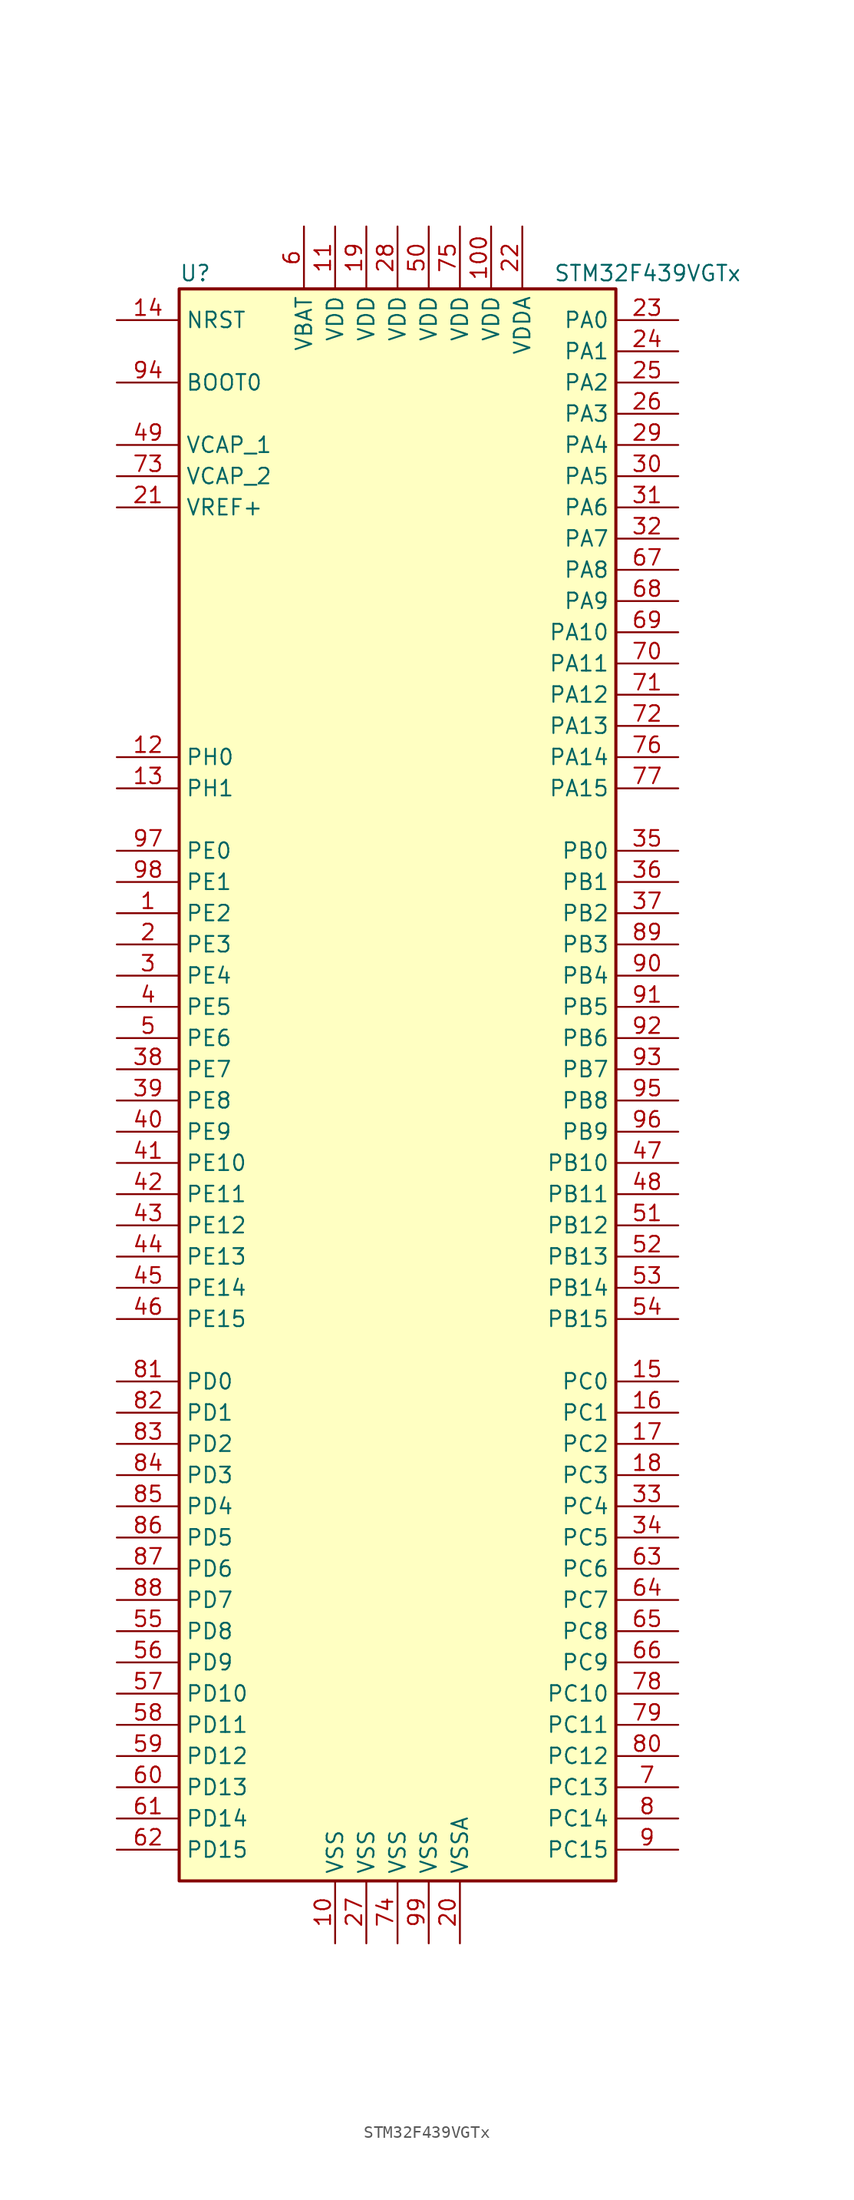
<source format=kicad_sym>
(kicad_symbol_lib
  (version 20220914)
  (generator kicad_symbol_editor)
  (symbol "STM32F439VGTx"
    (property "Reference" "U"
      (at -17.78 64.77 0)
      (effects (font (size 1.27 1.27)) (justify left)))
    (property "Value" "STM32F439VGTx"
      (at 12.7 64.77 0)
      (effects (font (size 1.27 1.27)) (justify left)))
    (symbol "STM32F439VGTx_0_1"
      (rectangle (start -17.78 -66.04) (end 17.78 63.5) (stroke (width 0.254) (type default)) (fill (type background))))
    (symbol "STM32F439VGTx_1_1"
      (pin bidirectional line (at -22.86 12.7 0) (length 5.08) (name "PE2" (effects (font (size 1.27 1.27)))) (number "1" (effects (font (size 1.27 1.27)))))
      (pin power_in line (at -5.08 -71.12 90) (length 5.08) (name "VSS" (effects (font (size 1.27 1.27)))) (number "10" (effects (font (size 1.27 1.27)))))
      (pin power_in line (at 7.62 68.58 270) (length 5.08) (name "VDD" (effects (font (size 1.27 1.27)))) (number "100" (effects (font (size 1.27 1.27)))))
      (pin power_in line (at -5.08 68.58 270) (length 5.08) (name "VDD" (effects (font (size 1.27 1.27)))) (number "11" (effects (font (size 1.27 1.27)))))
      (pin input line (at -22.86 25.4 0) (length 5.08) (name "PH0" (effects (font (size 1.27 1.27)))) (number "12" (effects (font (size 1.27 1.27)))))
      (pin input line (at -22.86 22.86 0) (length 5.08) (name "PH1" (effects (font (size 1.27 1.27)))) (number "13" (effects (font (size 1.27 1.27)))))
      (pin input line (at -22.86 60.96 0) (length 5.08) (name "NRST" (effects (font (size 1.27 1.27)))) (number "14" (effects (font (size 1.27 1.27)))))
      (pin bidirectional line (at 22.86 -25.4 180) (length 5.08) (name "PC0" (effects (font (size 1.27 1.27)))) (number "15" (effects (font (size 1.27 1.27)))))
      (pin bidirectional line (at 22.86 -27.94 180) (length 5.08) (name "PC1" (effects (font (size 1.27 1.27)))) (number "16" (effects (font (size 1.27 1.27)))))
      (pin bidirectional line (at 22.86 -30.48 180) (length 5.08) (name "PC2" (effects (font (size 1.27 1.27)))) (number "17" (effects (font (size 1.27 1.27)))))
      (pin bidirectional line (at 22.86 -33.02 180) (length 5.08) (name "PC3" (effects (font (size 1.27 1.27)))) (number "18" (effects (font (size 1.27 1.27)))))
      (pin power_in line (at -2.54 68.58 270) (length 5.08) (name "VDD" (effects (font (size 1.27 1.27)))) (number "19" (effects (font (size 1.27 1.27)))))
      (pin bidirectional line (at -22.86 10.16 0) (length 5.08) (name "PE3" (effects (font (size 1.27 1.27)))) (number "2" (effects (font (size 1.27 1.27)))))
      (pin power_in line (at 5.08 -71.12 90) (length 5.08) (name "VSSA" (effects (font (size 1.27 1.27)))) (number "20" (effects (font (size 1.27 1.27)))))
      (pin power_in line (at -22.86 45.72 0) (length 5.08) (name "VREF+" (effects (font (size 1.27 1.27)))) (number "21" (effects (font (size 1.27 1.27)))))
      (pin power_in line (at 10.16 68.58 270) (length 5.08) (name "VDDA" (effects (font (size 1.27 1.27)))) (number "22" (effects (font (size 1.27 1.27)))))
      (pin bidirectional line (at 22.86 60.96 180) (length 5.08) (name "PA0" (effects (font (size 1.27 1.27)))) (number "23" (effects (font (size 1.27 1.27)))))
      (pin bidirectional line (at 22.86 58.42 180) (length 5.08) (name "PA1" (effects (font (size 1.27 1.27)))) (number "24" (effects (font (size 1.27 1.27)))))
      (pin bidirectional line (at 22.86 55.88 180) (length 5.08) (name "PA2" (effects (font (size 1.27 1.27)))) (number "25" (effects (font (size 1.27 1.27)))))
      (pin bidirectional line (at 22.86 53.34 180) (length 5.08) (name "PA3" (effects (font (size 1.27 1.27)))) (number "26" (effects (font (size 1.27 1.27)))))
      (pin power_in line (at -2.54 -71.12 90) (length 5.08) (name "VSS" (effects (font (size 1.27 1.27)))) (number "27" (effects (font (size 1.27 1.27)))))
      (pin power_in line (at 0 68.58 270) (length 5.08) (name "VDD" (effects (font (size 1.27 1.27)))) (number "28" (effects (font (size 1.27 1.27)))))
      (pin bidirectional line (at 22.86 50.8 180) (length 5.08) (name "PA4" (effects (font (size 1.27 1.27)))) (number "29" (effects (font (size 1.27 1.27)))))
      (pin bidirectional line (at -22.86 7.62 0) (length 5.08) (name "PE4" (effects (font (size 1.27 1.27)))) (number "3" (effects (font (size 1.27 1.27)))))
      (pin bidirectional line (at 22.86 48.26 180) (length 5.08) (name "PA5" (effects (font (size 1.27 1.27)))) (number "30" (effects (font (size 1.27 1.27)))))
      (pin bidirectional line (at 22.86 45.72 180) (length 5.08) (name "PA6" (effects (font (size 1.27 1.27)))) (number "31" (effects (font (size 1.27 1.27)))))
      (pin bidirectional line (at 22.86 43.18 180) (length 5.08) (name "PA7" (effects (font (size 1.27 1.27)))) (number "32" (effects (font (size 1.27 1.27)))))
      (pin bidirectional line (at 22.86 -35.56 180) (length 5.08) (name "PC4" (effects (font (size 1.27 1.27)))) (number "33" (effects (font (size 1.27 1.27)))))
      (pin bidirectional line (at 22.86 -38.1 180) (length 5.08) (name "PC5" (effects (font (size 1.27 1.27)))) (number "34" (effects (font (size 1.27 1.27)))))
      (pin bidirectional line (at 22.86 17.78 180) (length 5.08) (name "PB0" (effects (font (size 1.27 1.27)))) (number "35" (effects (font (size 1.27 1.27)))))
      (pin bidirectional line (at 22.86 15.24 180) (length 5.08) (name "PB1" (effects (font (size 1.27 1.27)))) (number "36" (effects (font (size 1.27 1.27)))))
      (pin bidirectional line (at 22.86 12.7 180) (length 5.08) (name "PB2" (effects (font (size 1.27 1.27)))) (number "37" (effects (font (size 1.27 1.27)))))
      (pin bidirectional line (at -22.86 0 0) (length 5.08) (name "PE7" (effects (font (size 1.27 1.27)))) (number "38" (effects (font (size 1.27 1.27)))))
      (pin bidirectional line (at -22.86 -2.54 0) (length 5.08) (name "PE8" (effects (font (size 1.27 1.27)))) (number "39" (effects (font (size 1.27 1.27)))))
      (pin bidirectional line (at -22.86 5.08 0) (length 5.08) (name "PE5" (effects (font (size 1.27 1.27)))) (number "4" (effects (font (size 1.27 1.27)))))
      (pin bidirectional line (at -22.86 -5.08 0) (length 5.08) (name "PE9" (effects (font (size 1.27 1.27)))) (number "40" (effects (font (size 1.27 1.27)))))
      (pin bidirectional line (at -22.86 -7.62 0) (length 5.08) (name "PE10" (effects (font (size 1.27 1.27)))) (number "41" (effects (font (size 1.27 1.27)))))
      (pin bidirectional line (at -22.86 -10.16 0) (length 5.08) (name "PE11" (effects (font (size 1.27 1.27)))) (number "42" (effects (font (size 1.27 1.27)))))
      (pin bidirectional line (at -22.86 -12.7 0) (length 5.08) (name "PE12" (effects (font (size 1.27 1.27)))) (number "43" (effects (font (size 1.27 1.27)))))
      (pin bidirectional line (at -22.86 -15.24 0) (length 5.08) (name "PE13" (effects (font (size 1.27 1.27)))) (number "44" (effects (font (size 1.27 1.27)))))
      (pin bidirectional line (at -22.86 -17.78 0) (length 5.08) (name "PE14" (effects (font (size 1.27 1.27)))) (number "45" (effects (font (size 1.27 1.27)))))
      (pin bidirectional line (at -22.86 -20.32 0) (length 5.08) (name "PE15" (effects (font (size 1.27 1.27)))) (number "46" (effects (font (size 1.27 1.27)))))
      (pin bidirectional line (at 22.86 -7.62 180) (length 5.08) (name "PB10" (effects (font (size 1.27 1.27)))) (number "47" (effects (font (size 1.27 1.27)))))
      (pin bidirectional line (at 22.86 -10.16 180) (length 5.08) (name "PB11" (effects (font (size 1.27 1.27)))) (number "48" (effects (font (size 1.27 1.27)))))
      (pin power_in line (at -22.86 50.8 0) (length 5.08) (name "VCAP_1" (effects (font (size 1.27 1.27)))) (number "49" (effects (font (size 1.27 1.27)))))
      (pin bidirectional line (at -22.86 2.54 0) (length 5.08) (name "PE6" (effects (font (size 1.27 1.27)))) (number "5" (effects (font (size 1.27 1.27)))))
      (pin power_in line (at 2.54 68.58 270) (length 5.08) (name "VDD" (effects (font (size 1.27 1.27)))) (number "50" (effects (font (size 1.27 1.27)))))
      (pin bidirectional line (at 22.86 -12.7 180) (length 5.08) (name "PB12" (effects (font (size 1.27 1.27)))) (number "51" (effects (font (size 1.27 1.27)))))
      (pin bidirectional line (at 22.86 -15.24 180) (length 5.08) (name "PB13" (effects (font (size 1.27 1.27)))) (number "52" (effects (font (size 1.27 1.27)))))
      (pin bidirectional line (at 22.86 -17.78 180) (length 5.08) (name "PB14" (effects (font (size 1.27 1.27)))) (number "53" (effects (font (size 1.27 1.27)))))
      (pin bidirectional line (at 22.86 -20.32 180) (length 5.08) (name "PB15" (effects (font (size 1.27 1.27)))) (number "54" (effects (font (size 1.27 1.27)))))
      (pin bidirectional line (at -22.86 -45.72 0) (length 5.08) (name "PD8" (effects (font (size 1.27 1.27)))) (number "55" (effects (font (size 1.27 1.27)))))
      (pin bidirectional line (at -22.86 -48.26 0) (length 5.08) (name "PD9" (effects (font (size 1.27 1.27)))) (number "56" (effects (font (size 1.27 1.27)))))
      (pin bidirectional line (at -22.86 -50.8 0) (length 5.08) (name "PD10" (effects (font (size 1.27 1.27)))) (number "57" (effects (font (size 1.27 1.27)))))
      (pin bidirectional line (at -22.86 -53.34 0) (length 5.08) (name "PD11" (effects (font (size 1.27 1.27)))) (number "58" (effects (font (size 1.27 1.27)))))
      (pin bidirectional line (at -22.86 -55.88 0) (length 5.08) (name "PD12" (effects (font (size 1.27 1.27)))) (number "59" (effects (font (size 1.27 1.27)))))
      (pin power_in line (at -7.62 68.58 270) (length 5.08) (name "VBAT" (effects (font (size 1.27 1.27)))) (number "6" (effects (font (size 1.27 1.27)))))
      (pin bidirectional line (at -22.86 -58.42 0) (length 5.08) (name "PD13" (effects (font (size 1.27 1.27)))) (number "60" (effects (font (size 1.27 1.27)))))
      (pin bidirectional line (at -22.86 -60.96 0) (length 5.08) (name "PD14" (effects (font (size 1.27 1.27)))) (number "61" (effects (font (size 1.27 1.27)))))
      (pin bidirectional line (at -22.86 -63.5 0) (length 5.08) (name "PD15" (effects (font (size 1.27 1.27)))) (number "62" (effects (font (size 1.27 1.27)))))
      (pin bidirectional line (at 22.86 -40.64 180) (length 5.08) (name "PC6" (effects (font (size 1.27 1.27)))) (number "63" (effects (font (size 1.27 1.27)))))
      (pin bidirectional line (at 22.86 -43.18 180) (length 5.08) (name "PC7" (effects (font (size 1.27 1.27)))) (number "64" (effects (font (size 1.27 1.27)))))
      (pin bidirectional line (at 22.86 -45.72 180) (length 5.08) (name "PC8" (effects (font (size 1.27 1.27)))) (number "65" (effects (font (size 1.27 1.27)))))
      (pin bidirectional line (at 22.86 -48.26 180) (length 5.08) (name "PC9" (effects (font (size 1.27 1.27)))) (number "66" (effects (font (size 1.27 1.27)))))
      (pin bidirectional line (at 22.86 40.64 180) (length 5.08) (name "PA8" (effects (font (size 1.27 1.27)))) (number "67" (effects (font (size 1.27 1.27)))))
      (pin bidirectional line (at 22.86 38.1 180) (length 5.08) (name "PA9" (effects (font (size 1.27 1.27)))) (number "68" (effects (font (size 1.27 1.27)))))
      (pin bidirectional line (at 22.86 35.56 180) (length 5.08) (name "PA10" (effects (font (size 1.27 1.27)))) (number "69" (effects (font (size 1.27 1.27)))))
      (pin bidirectional line (at 22.86 -58.42 180) (length 5.08) (name "PC13" (effects (font (size 1.27 1.27)))) (number "7" (effects (font (size 1.27 1.27)))))
      (pin bidirectional line (at 22.86 33.02 180) (length 5.08) (name "PA11" (effects (font (size 1.27 1.27)))) (number "70" (effects (font (size 1.27 1.27)))))
      (pin bidirectional line (at 22.86 30.48 180) (length 5.08) (name "PA12" (effects (font (size 1.27 1.27)))) (number "71" (effects (font (size 1.27 1.27)))))
      (pin bidirectional line (at 22.86 27.94 180) (length 5.08) (name "PA13" (effects (font (size 1.27 1.27)))) (number "72" (effects (font (size 1.27 1.27)))))
      (pin power_in line (at -22.86 48.26 0) (length 5.08) (name "VCAP_2" (effects (font (size 1.27 1.27)))) (number "73" (effects (font (size 1.27 1.27)))))
      (pin power_in line (at 0 -71.12 90) (length 5.08) (name "VSS" (effects (font (size 1.27 1.27)))) (number "74" (effects (font (size 1.27 1.27)))))
      (pin power_in line (at 5.08 68.58 270) (length 5.08) (name "VDD" (effects (font (size 1.27 1.27)))) (number "75" (effects (font (size 1.27 1.27)))))
      (pin bidirectional line (at 22.86 25.4 180) (length 5.08) (name "PA14" (effects (font (size 1.27 1.27)))) (number "76" (effects (font (size 1.27 1.27)))))
      (pin bidirectional line (at 22.86 22.86 180) (length 5.08) (name "PA15" (effects (font (size 1.27 1.27)))) (number "77" (effects (font (size 1.27 1.27)))))
      (pin bidirectional line (at 22.86 -50.8 180) (length 5.08) (name "PC10" (effects (font (size 1.27 1.27)))) (number "78" (effects (font (size 1.27 1.27)))))
      (pin bidirectional line (at 22.86 -53.34 180) (length 5.08) (name "PC11" (effects (font (size 1.27 1.27)))) (number "79" (effects (font (size 1.27 1.27)))))
      (pin bidirectional line (at 22.86 -60.96 180) (length 5.08) (name "PC14" (effects (font (size 1.27 1.27)))) (number "8" (effects (font (size 1.27 1.27)))))
      (pin bidirectional line (at 22.86 -55.88 180) (length 5.08) (name "PC12" (effects (font (size 1.27 1.27)))) (number "80" (effects (font (size 1.27 1.27)))))
      (pin bidirectional line (at -22.86 -25.4 0) (length 5.08) (name "PD0" (effects (font (size 1.27 1.27)))) (number "81" (effects (font (size 1.27 1.27)))))
      (pin bidirectional line (at -22.86 -27.94 0) (length 5.08) (name "PD1" (effects (font (size 1.27 1.27)))) (number "82" (effects (font (size 1.27 1.27)))))
      (pin bidirectional line (at -22.86 -30.48 0) (length 5.08) (name "PD2" (effects (font (size 1.27 1.27)))) (number "83" (effects (font (size 1.27 1.27)))))
      (pin bidirectional line (at -22.86 -33.02 0) (length 5.08) (name "PD3" (effects (font (size 1.27 1.27)))) (number "84" (effects (font (size 1.27 1.27)))))
      (pin bidirectional line (at -22.86 -35.56 0) (length 5.08) (name "PD4" (effects (font (size 1.27 1.27)))) (number "85" (effects (font (size 1.27 1.27)))))
      (pin bidirectional line (at -22.86 -38.1 0) (length 5.08) (name "PD5" (effects (font (size 1.27 1.27)))) (number "86" (effects (font (size 1.27 1.27)))))
      (pin bidirectional line (at -22.86 -40.64 0) (length 5.08) (name "PD6" (effects (font (size 1.27 1.27)))) (number "87" (effects (font (size 1.27 1.27)))))
      (pin bidirectional line (at -22.86 -43.18 0) (length 5.08) (name "PD7" (effects (font (size 1.27 1.27)))) (number "88" (effects (font (size 1.27 1.27)))))
      (pin bidirectional line (at 22.86 10.16 180) (length 5.08) (name "PB3" (effects (font (size 1.27 1.27)))) (number "89" (effects (font (size 1.27 1.27)))))
      (pin bidirectional line (at 22.86 -63.5 180) (length 5.08) (name "PC15" (effects (font (size 1.27 1.27)))) (number "9" (effects (font (size 1.27 1.27)))))
      (pin bidirectional line (at 22.86 7.62 180) (length 5.08) (name "PB4" (effects (font (size 1.27 1.27)))) (number "90" (effects (font (size 1.27 1.27)))))
      (pin bidirectional line (at 22.86 5.08 180) (length 5.08) (name "PB5" (effects (font (size 1.27 1.27)))) (number "91" (effects (font (size 1.27 1.27)))))
      (pin bidirectional line (at 22.86 2.54 180) (length 5.08) (name "PB6" (effects (font (size 1.27 1.27)))) (number "92" (effects (font (size 1.27 1.27)))))
      (pin bidirectional line (at 22.86 0 180) (length 5.08) (name "PB7" (effects (font (size 1.27 1.27)))) (number "93" (effects (font (size 1.27 1.27)))))
      (pin input line (at -22.86 55.88 0) (length 5.08) (name "BOOT0" (effects (font (size 1.27 1.27)))) (number "94" (effects (font (size 1.27 1.27)))))
      (pin bidirectional line (at 22.86 -2.54 180) (length 5.08) (name "PB8" (effects (font (size 1.27 1.27)))) (number "95" (effects (font (size 1.27 1.27)))))
      (pin bidirectional line (at 22.86 -5.08 180) (length 5.08) (name "PB9" (effects (font (size 1.27 1.27)))) (number "96" (effects (font (size 1.27 1.27)))))
      (pin bidirectional line (at -22.86 17.78 0) (length 5.08) (name "PE0" (effects (font (size 1.27 1.27)))) (number "97" (effects (font (size 1.27 1.27)))))
      (pin bidirectional line (at -22.86 15.24 0) (length 5.08) (name "PE1" (effects (font (size 1.27 1.27)))) (number "98" (effects (font (size 1.27 1.27)))))
      (pin power_in line (at 2.54 -71.12 90) (length 5.08) (name "VSS" (effects (font (size 1.27 1.27)))) (number "99" (effects (font (size 1.27 1.27))))))))
</source>
